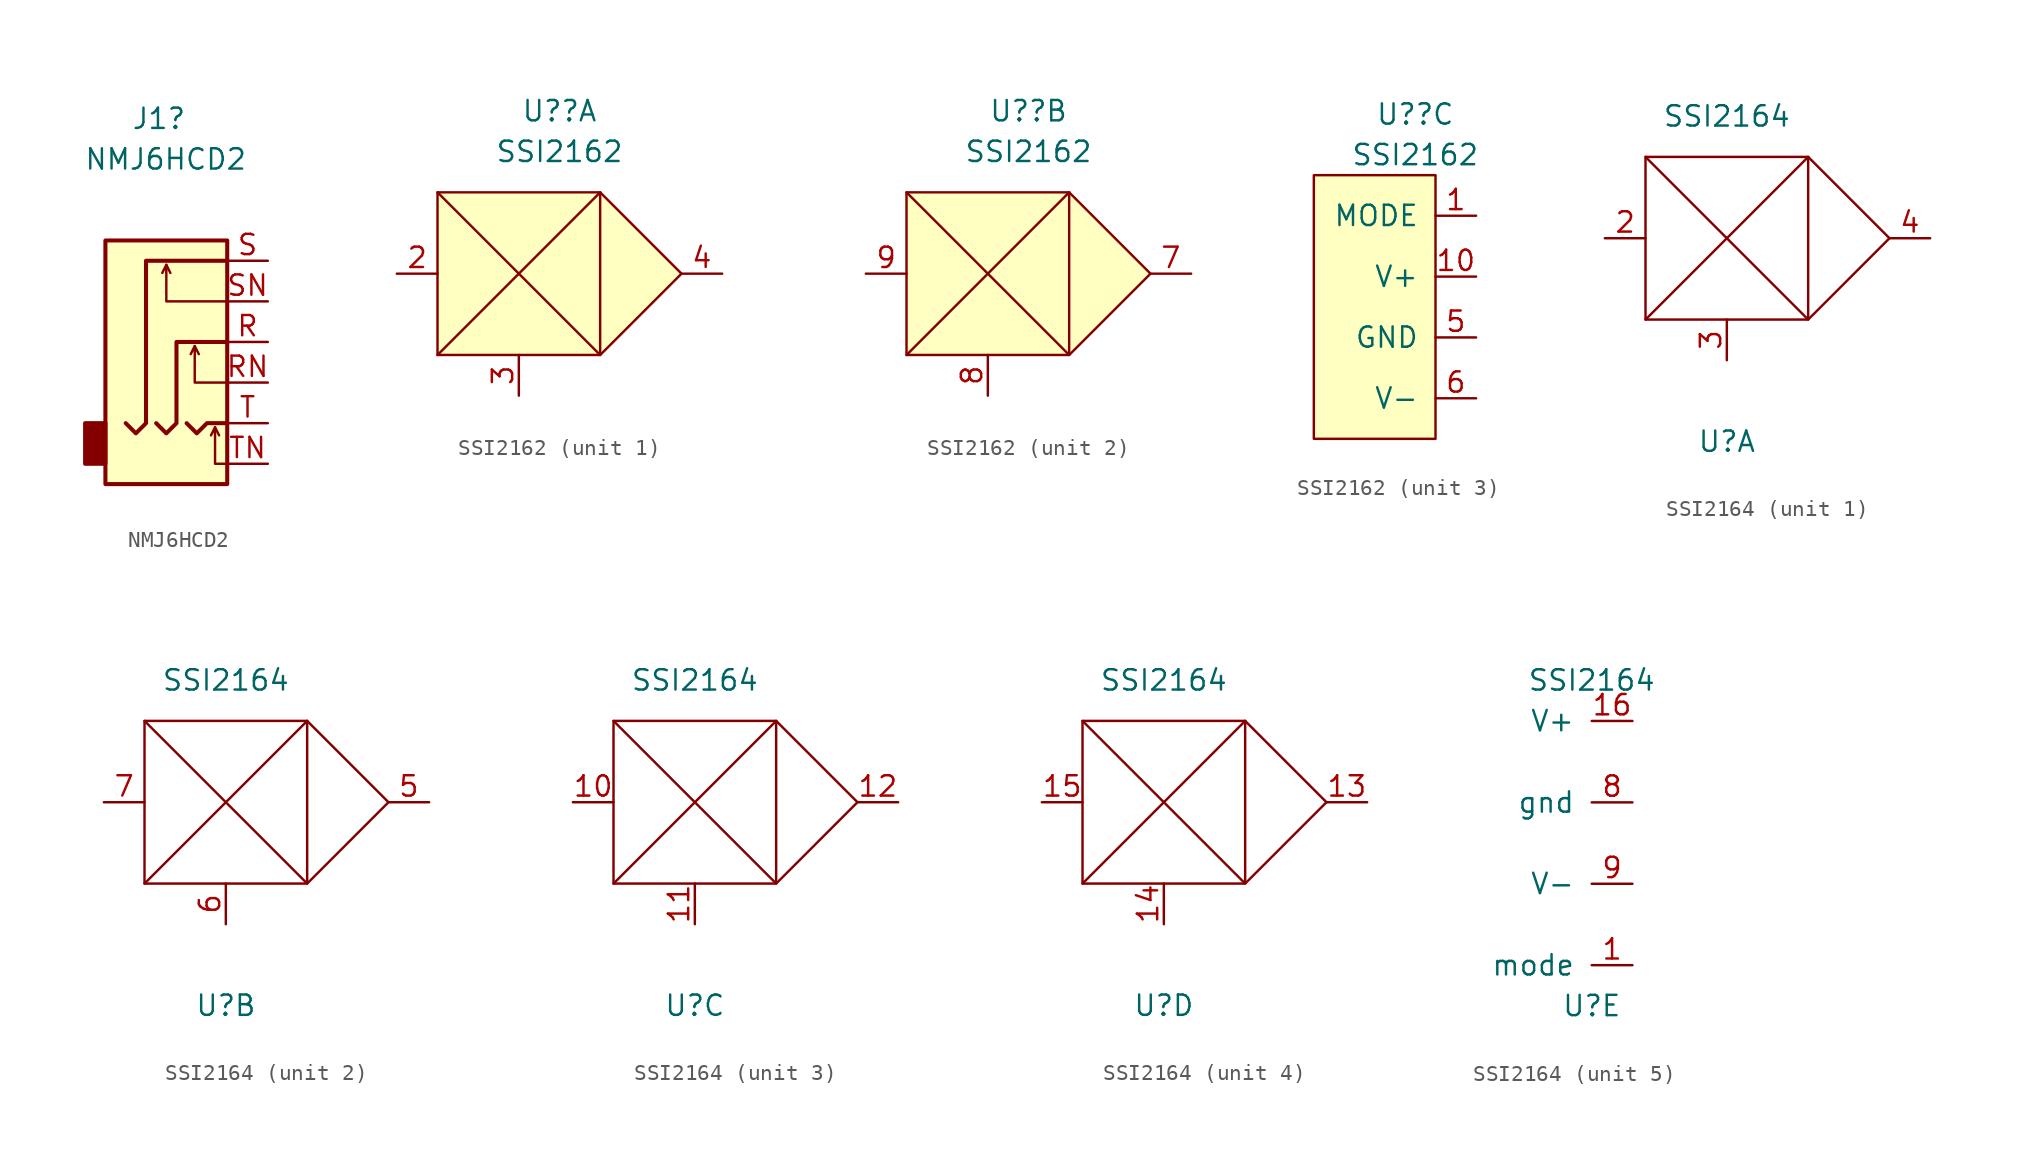
<source format=kicad_sym>
(kicad_symbol_lib
  (version 20211014)
  (generator kicad_symbol_editor)
  (symbol "NMJ6HCD2"
    (property "Reference" "J1"
      (at 0 13.97 0)
      (effects (font (size 1.27 1.27)) (justify right)))
    (property "Value" "NMJ6HCD2"
      (at 3.81 11.43 0)
      (effects (font (size 1.27 1.27)) (justify right)))
    (symbol "NMJ6HCD2_0_1"
      (rectangle (start -5.08 -5.08) (end -6.35 -7.62) (stroke (width 0.254) (type default) (color 0 0 0 0)) (fill (type outline)))
      (polyline (pts (xy -1.27 4.826) (xy -1.016 4.318)) (stroke (width 0) (type default) (color 0 0 0 0)) (fill (type none)))
      (polyline (pts (xy 0.508 -0.254) (xy 0.762 -0.762)) (stroke (width 0) (type default) (color 0 0 0 0)) (fill (type none)))
      (polyline (pts (xy 1.778 -5.334) (xy 2.032 -5.842)) (stroke (width 0) (type default) (color 0 0 0 0)) (fill (type none)))
      (polyline (pts (xy 0 -5.08) (xy 0.635 -5.715) (xy 1.27 -5.08) (xy 2.54 -5.08)) (stroke (width 0.254) (type default) (color 0 0 0 0)) (fill (type none)))
      (polyline (pts (xy 2.54 -7.62) (xy 1.778 -7.62) (xy 1.778 -5.334) (xy 1.524 -5.842)) (stroke (width 0) (type default) (color 0 0 0 0)) (fill (type none)))
      (polyline (pts (xy 2.54 -2.54) (xy 0.508 -2.54) (xy 0.508 -0.254) (xy 0.254 -0.762)) (stroke (width 0) (type default) (color 0 0 0 0)) (fill (type none)))
      (polyline (pts (xy 2.54 2.54) (xy -1.27 2.54) (xy -1.27 4.826) (xy -1.524 4.318)) (stroke (width 0) (type default) (color 0 0 0 0)) (fill (type none)))
      (polyline (pts (xy -1.905 -5.08) (xy -1.27 -5.715) (xy -0.635 -5.08) (xy -0.635 0) (xy 2.54 0)) (stroke (width 0.254) (type default) (color 0 0 0 0)) (fill (type none)))
      (polyline (pts (xy 2.54 5.08) (xy -2.54 5.08) (xy -2.54 -5.08) (xy -3.175 -5.715) (xy -3.81 -5.08)) (stroke (width 0.254) (type default) (color 0 0 0 0)) (fill (type none)))
      (rectangle (start 2.54 6.35) (end -5.08 -8.89) (stroke (width 0.254) (type default) (color 0 0 0 0)) (fill (type background))))
    (symbol "NMJ6HCD2_1_1"
      (pin passive line (at 5.08 0 180) (length 2.54) (name "~" (effects (font (size 1.27 1.27)))) (number "R" (effects (font (size 1.27 1.27)))))
      (pin passive line (at 5.08 -2.54 180) (length 2.54) (name "~" (effects (font (size 1.27 1.27)))) (number "RN" (effects (font (size 1.27 1.27)))))
      (pin passive line (at 5.08 5.08 180) (length 2.54) (name "~" (effects (font (size 1.27 1.27)))) (number "S" (effects (font (size 1.27 1.27)))))
      (pin passive line (at 5.08 2.54 180) (length 2.54) (name "~" (effects (font (size 1.27 1.27)))) (number "SN" (effects (font (size 1.27 1.27)))))
      (pin passive line (at 5.08 -5.08 180) (length 2.54) (name "~" (effects (font (size 1.27 1.27)))) (number "T" (effects (font (size 1.27 1.27)))))
      (pin passive line (at 5.08 -7.62 180) (length 2.54) (name "~" (effects (font (size 1.27 1.27)))) (number "TN" (effects (font (size 1.27 1.27)))))))
  (symbol "SSI2162"
    (pin_names
      (offset 1.016))
    (property "Reference" "U?"
      (at 2.54 10.16 0)
      (effects (font (size 1.27 1.27))))
    (property "Value" "SSI2162"
      (at 2.54 7.62 0)
      (effects (font (size 1.27 1.27))))
    (property "ki_locked" ""
      (at 0 0 0)
      (effects (font (size 1.27 1.27))))
    (symbol "SSI2162_1_1"
      (rectangle (start -5.08 5.08) (end 5.08 -5.08) (stroke (width 0) (type default) (color 0 0 0 0)) (fill (type background)))
      (polyline (pts (xy 5.08 5.08) (xy -5.08 -5.08)) (stroke (width 0) (type default) (color 0 0 0 0)) (fill (type none)))
      (polyline (pts (xy 5.08 5.08) (xy 10.16 0) (xy 5.08 -5.08) (xy -5.08 5.08)) (stroke (width 0) (type default) (color 0 0 0 0)) (fill (type background)))
      (pin input line (at -7.62 0 0) (length 2.54) (name "~" (effects (font (size 1.27 1.27)))) (number "2" (effects (font (size 1.27 1.27)))))
      (pin input line (at 0 -7.62 90) (length 2.54) (name "~" (effects (font (size 1.27 1.27)))) (number "3" (effects (font (size 1.27 1.27)))))
      (pin output line (at 12.7 0 180) (length 2.54) (name "~" (effects (font (size 1.27 1.27)))) (number "4" (effects (font (size 1.27 1.27))))))
    (symbol "SSI2162_2_1"
      (rectangle (start -5.08 5.08) (end 5.08 -5.08) (stroke (width 0) (type default) (color 0 0 0 0)) (fill (type background)))
      (polyline (pts (xy 5.08 5.08) (xy -5.08 -5.08)) (stroke (width 0) (type default) (color 0 0 0 0)) (fill (type none)))
      (polyline (pts (xy 5.08 5.08) (xy 10.16 0) (xy 5.08 -5.08) (xy -5.08 5.08)) (stroke (width 0) (type default) (color 0 0 0 0)) (fill (type background)))
      (pin output line (at 12.7 0 180) (length 2.54) (name "~" (effects (font (size 1.27 1.27)))) (number "7" (effects (font (size 1.27 1.27)))))
      (pin input line (at 0 -7.62 90) (length 2.54) (name "~" (effects (font (size 1.27 1.27)))) (number "8" (effects (font (size 1.27 1.27)))))
      (pin input line (at -7.62 0 0) (length 2.54) (name "~" (effects (font (size 1.27 1.27)))) (number "9" (effects (font (size 1.27 1.27))))))
    (symbol "SSI2162_3_1"
      (rectangle (start 3.81 -10.16) (end -3.81 6.35) (stroke (width 0) (type default) (color 0 0 0 0)) (fill (type background)))
      (pin input line (at 6.35 3.81 180) (length 2.54) (name "MODE" (effects (font (size 1.27 1.27)))) (number "1" (effects (font (size 1.27 1.27)))))
      (pin power_in line (at 6.35 0 180) (length 2.54) (name "V+" (effects (font (size 1.27 1.27)))) (number "10" (effects (font (size 1.27 1.27)))))
      (pin power_in line (at 6.35 -3.81 180) (length 2.54) (name "GND" (effects (font (size 1.27 1.27)))) (number "5" (effects (font (size 1.27 1.27)))))
      (pin power_in line (at 6.35 -7.62 180) (length 2.54) (name "V-" (effects (font (size 1.27 1.27)))) (number "6" (effects (font (size 1.27 1.27)))))))
  (symbol "SSI2164"
    (pin_names
      (offset 1.016))
    (property "Reference" "U"
      (at 0 -12.7 0)
      (effects (font (size 1.27 1.27))))
    (property "Value" "SSI2164"
      (at 0 7.62 0)
      (effects (font (size 1.27 1.27))))
    (property "ki_locked" ""
      (at 0 0 0)
      (effects (font (size 1.27 1.27))))
    (symbol "SSI2164_1_1"
      (rectangle (start -5.08 5.08) (end 5.08 -5.08) (stroke (width 0) (type default) (color 0 0 0 0)) (fill (type none)))
      (polyline (pts (xy 5.08 5.08) (xy -5.08 -5.08)) (stroke (width 0) (type default) (color 0 0 0 0)) (fill (type none)))
      (polyline (pts (xy 5.08 5.08) (xy 10.16 0) (xy 5.08 -5.08) (xy -5.08 5.08)) (stroke (width 0) (type default) (color 0 0 0 0)) (fill (type none)))
      (pin input line (at -7.62 0 0) (length 2.54) (name "~" (effects (font (size 1.27 1.27)))) (number "2" (effects (font (size 1.27 1.27)))))
      (pin input line (at 0 -7.62 90) (length 2.54) (name "~" (effects (font (size 1.27 1.27)))) (number "3" (effects (font (size 1.27 1.27)))))
      (pin output line (at 12.7 0 180) (length 2.54) (name "~" (effects (font (size 1.27 1.27)))) (number "4" (effects (font (size 1.27 1.27))))))
    (symbol "SSI2164_2_1"
      (rectangle (start -5.08 5.08) (end 5.08 -5.08) (stroke (width 0) (type default) (color 0 0 0 0)) (fill (type none)))
      (polyline (pts (xy 5.08 5.08) (xy -5.08 -5.08)) (stroke (width 0) (type default) (color 0 0 0 0)) (fill (type none)))
      (polyline (pts (xy 5.08 5.08) (xy 10.16 0) (xy 5.08 -5.08) (xy -5.08 5.08)) (stroke (width 0) (type default) (color 0 0 0 0)) (fill (type none)))
      (pin output line (at 12.7 0 180) (length 2.54) (name "~" (effects (font (size 1.27 1.27)))) (number "5" (effects (font (size 1.27 1.27)))))
      (pin input line (at 0 -7.62 90) (length 2.54) (name "~" (effects (font (size 1.27 1.27)))) (number "6" (effects (font (size 1.27 1.27)))))
      (pin input line (at -7.62 0 0) (length 2.54) (name "~" (effects (font (size 1.27 1.27)))) (number "7" (effects (font (size 1.27 1.27))))))
    (symbol "SSI2164_3_1"
      (rectangle (start -5.08 5.08) (end 5.08 -5.08) (stroke (width 0) (type default) (color 0 0 0 0)) (fill (type none)))
      (polyline (pts (xy 5.08 5.08) (xy -5.08 -5.08)) (stroke (width 0) (type default) (color 0 0 0 0)) (fill (type none)))
      (polyline (pts (xy 5.08 5.08) (xy 10.16 0) (xy 5.08 -5.08) (xy -5.08 5.08)) (stroke (width 0) (type default) (color 0 0 0 0)) (fill (type none)))
      (pin input line (at -7.62 0 0) (length 2.54) (name "~" (effects (font (size 1.27 1.27)))) (number "10" (effects (font (size 1.27 1.27)))))
      (pin input line (at 0 -7.62 90) (length 2.54) (name "~" (effects (font (size 1.27 1.27)))) (number "11" (effects (font (size 1.27 1.27)))))
      (pin output line (at 12.7 0 180) (length 2.54) (name "~" (effects (font (size 1.27 1.27)))) (number "12" (effects (font (size 1.27 1.27))))))
    (symbol "SSI2164_4_1"
      (rectangle (start -5.08 5.08) (end 5.08 -5.08) (stroke (width 0) (type default) (color 0 0 0 0)) (fill (type none)))
      (polyline (pts (xy 5.08 5.08) (xy -5.08 -5.08)) (stroke (width 0) (type default) (color 0 0 0 0)) (fill (type none)))
      (polyline (pts (xy 5.08 5.08) (xy 10.16 0) (xy 5.08 -5.08) (xy -5.08 5.08)) (stroke (width 0) (type default) (color 0 0 0 0)) (fill (type none)))
      (pin output line (at 12.7 0 180) (length 2.54) (name "~" (effects (font (size 1.27 1.27)))) (number "13" (effects (font (size 1.27 1.27)))))
      (pin input line (at 0 -7.62 90) (length 2.54) (name "~" (effects (font (size 1.27 1.27)))) (number "14" (effects (font (size 1.27 1.27)))))
      (pin input line (at -7.62 0 0) (length 2.54) (name "~" (effects (font (size 1.27 1.27)))) (number "15" (effects (font (size 1.27 1.27))))))
    (symbol "SSI2164_5_1"
      (pin input line (at 2.54 -10.16 180) (length 2.54) (name "mode" (effects (font (size 1.27 1.27)))) (number "1" (effects (font (size 1.27 1.27)))))
      (pin power_in line (at 2.54 5.08 180) (length 2.54) (name "V+" (effects (font (size 1.27 1.27)))) (number "16" (effects (font (size 1.27 1.27)))))
      (pin power_in line (at 2.54 0 180) (length 2.54) (name "gnd" (effects (font (size 1.27 1.27)))) (number "8" (effects (font (size 1.27 1.27)))))
      (pin power_in line (at 2.54 -5.08 180) (length 2.54) (name "V-" (effects (font (size 1.27 1.27)))) (number "9" (effects (font (size 1.27 1.27))))))))
</source>
